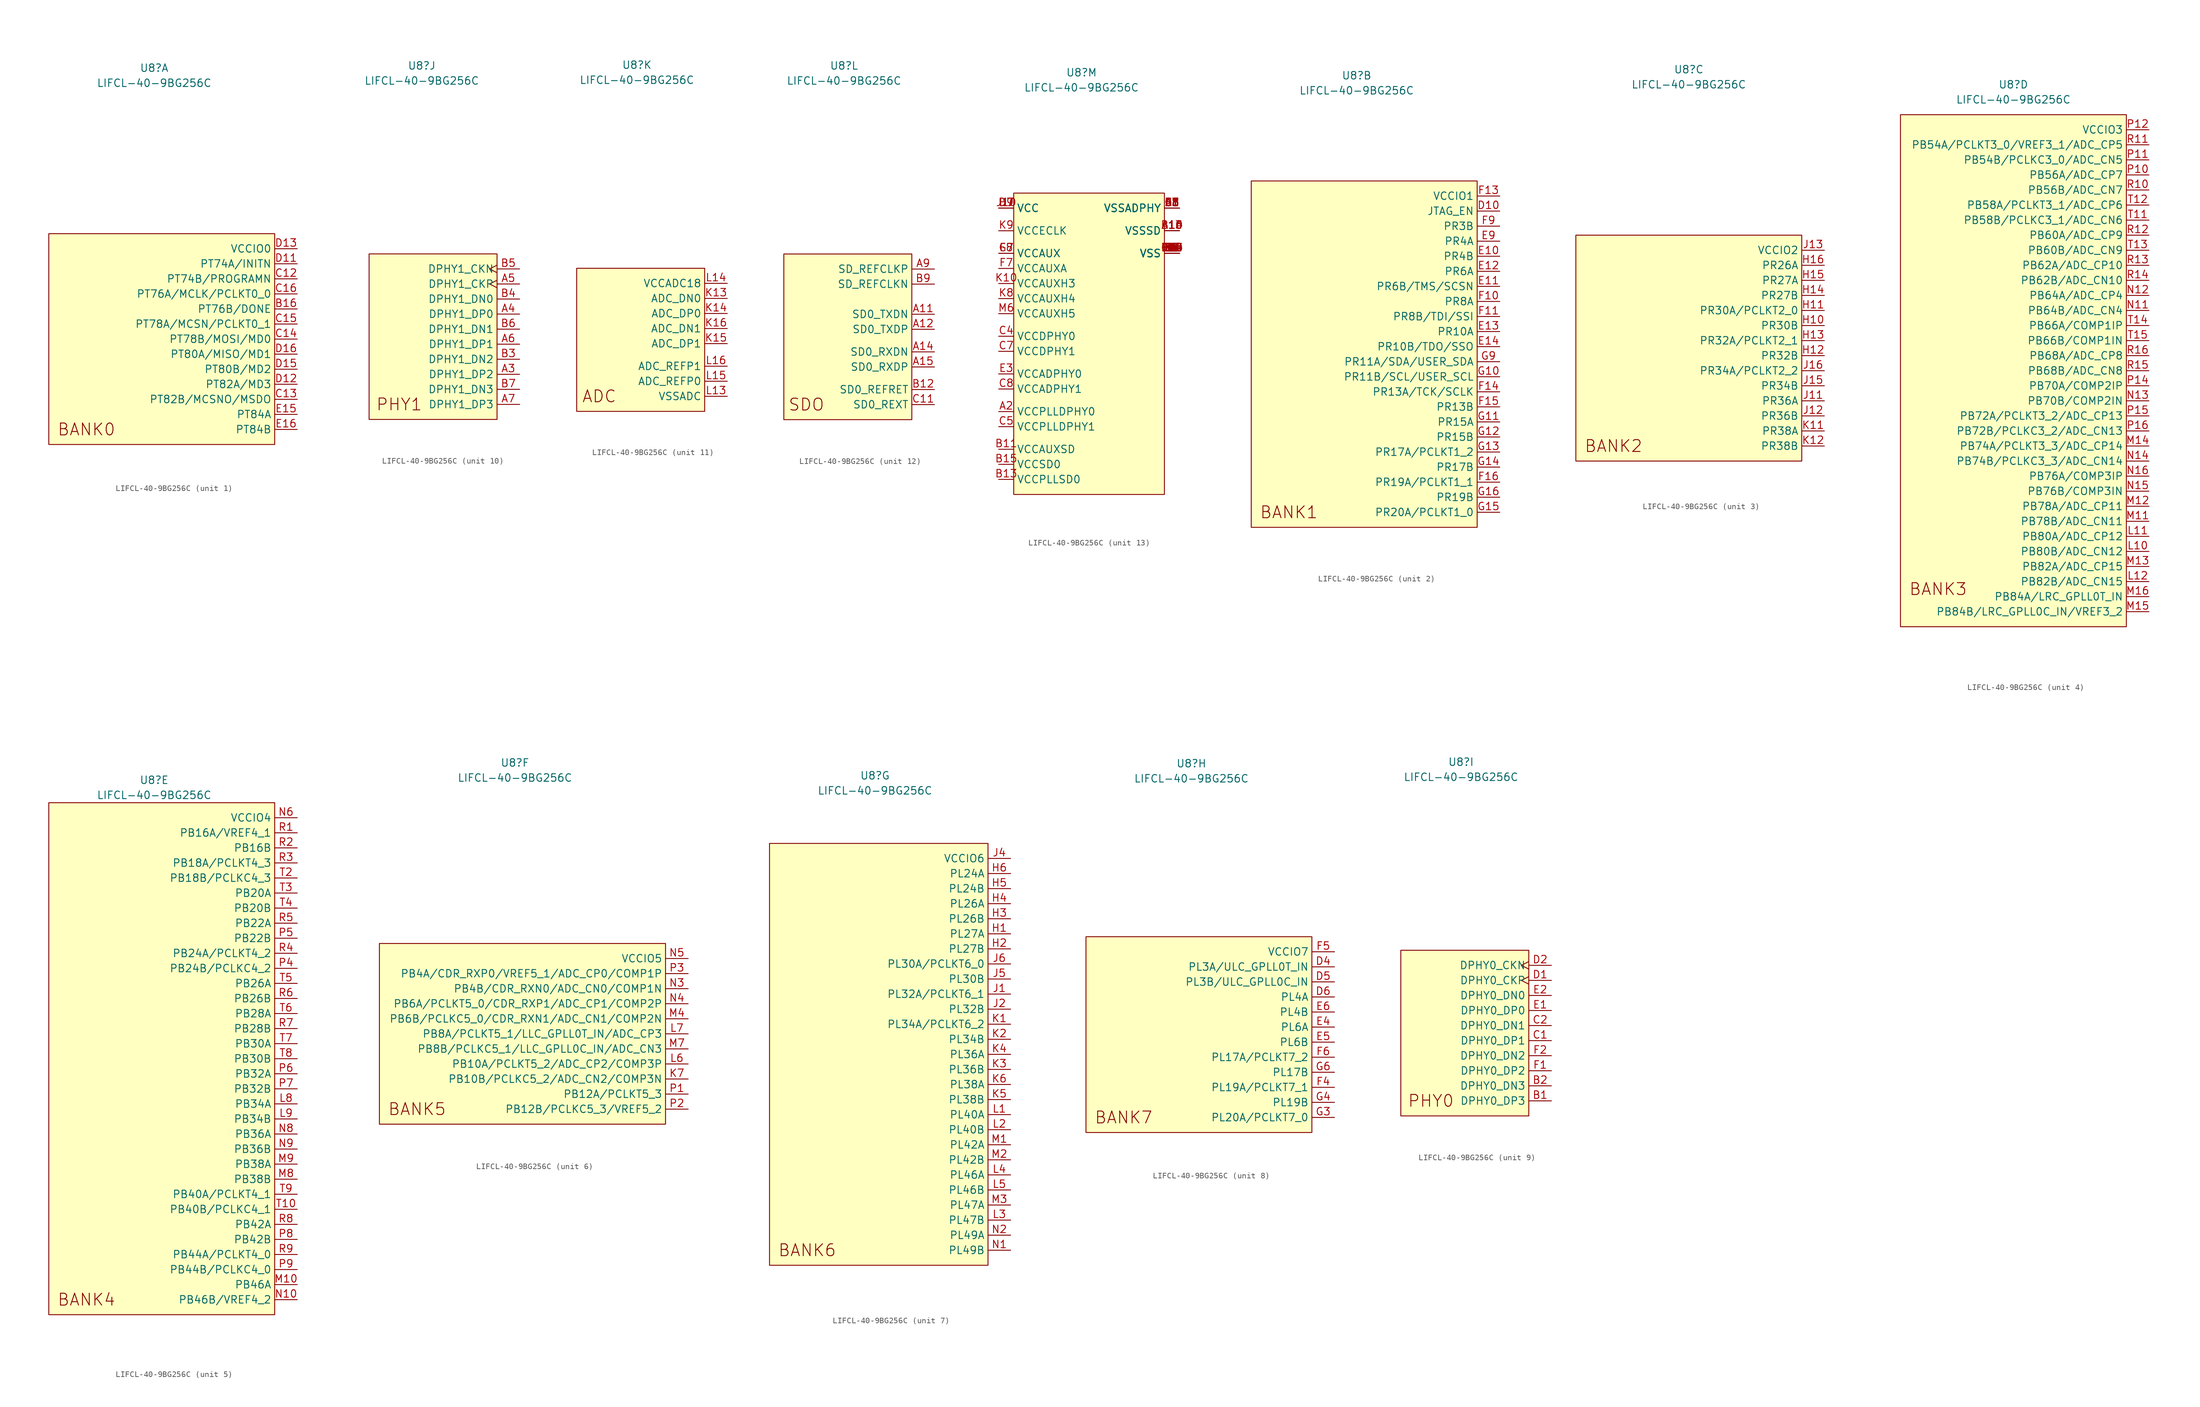
<source format=kicad_sym>
(kicad_symbol_lib
  (version 20211014)
  (generator kicad_symbol_editor)
  (symbol "LIFCL-40-9BG256C"
    (property "Reference" "U8"
      (at -1.27 45.72 0)
      (effects (font (size 1.27 1.27))))
    (property "Value" "LIFCL-40-9BG256C"
      (at -1.27 43.18 0)
      (effects (font (size 1.27 1.27))))
    (property "ki_locked" ""
      (at 0 0 0)
      (effects (font (size 1.27 1.27))))
    (symbol "LIFCL-40-9BG256C_1_0"
      (text "BANK0" (at -12.7 -15.24 0) (effects (font (size 2 2))))
      (pin bidirectional line (at 22.86 5.08 180) (length 3.81) (name "PT76B/DONE\n" (effects (font (size 1.27 1.27)))) (number "B16" (effects (font (size 1.27 1.27)))))
      (pin bidirectional line (at 22.86 10.16 180) (length 3.81) (name "PT74B/PROGRAMN" (effects (font (size 1.27 1.27)))) (number "C12" (effects (font (size 1.27 1.27)))))
      (pin bidirectional line (at 22.86 -10.16 180) (length 3.81) (name "PT82B/MCSNO/MSDO" (effects (font (size 1.27 1.27)))) (number "C13" (effects (font (size 1.27 1.27)))))
      (pin bidirectional line (at 22.86 0 180) (length 3.81) (name "PT78B/MOSI/MD0" (effects (font (size 1.27 1.27)))) (number "C14" (effects (font (size 1.27 1.27)))))
      (pin bidirectional line (at 22.86 2.54 180) (length 3.81) (name "PT78A/MCSN/PCLKT0_1" (effects (font (size 1.27 1.27)))) (number "C15" (effects (font (size 1.27 1.27)))))
      (pin bidirectional line (at 22.86 7.62 180) (length 3.81) (name "PT76A/MCLK/PCLKT0_0" (effects (font (size 1.27 1.27)))) (number "C16" (effects (font (size 1.27 1.27)))))
      (pin bidirectional line (at 22.86 12.7 180) (length 3.81) (name "PT74A/INITN\n" (effects (font (size 1.27 1.27)))) (number "D11" (effects (font (size 1.27 1.27)))))
      (pin bidirectional line (at 22.86 -7.62 180) (length 3.81) (name "PT82A/MD3" (effects (font (size 1.27 1.27)))) (number "D12" (effects (font (size 1.27 1.27)))))
      (pin power_in line (at 22.86 15.24 180) (length 3.81) (name "VCCIO0" (effects (font (size 1.27 1.27)))) (number "D13" (effects (font (size 1.27 1.27)))))
      (pin bidirectional line (at 22.86 -5.08 180) (length 3.81) (name "PT80B/MD2" (effects (font (size 1.27 1.27)))) (number "D15" (effects (font (size 1.27 1.27)))))
      (pin bidirectional line (at 22.86 -2.54 180) (length 3.81) (name "PT80A/MISO/MD1" (effects (font (size 1.27 1.27)))) (number "D16" (effects (font (size 1.27 1.27)))))
      (pin bidirectional line (at 22.86 -12.7 180) (length 3.81) (name "PT84A" (effects (font (size 1.27 1.27)))) (number "E15" (effects (font (size 1.27 1.27)))))
      (pin bidirectional line (at 22.86 -15.24 180) (length 3.81) (name "PT84B" (effects (font (size 1.27 1.27)))) (number "E16" (effects (font (size 1.27 1.27))))))
    (symbol "LIFCL-40-9BG256C_1_1"
      (rectangle (start -19.05 17.78) (end 19.05 -17.78) (stroke (width 0) (type default) (color 0 0 0 0)) (fill (type background))))
    (symbol "LIFCL-40-9BG256C_2_0"
      (text "BANK1" (at -12.7 -27.94 0) (effects (font (size 2 2))))
      (pin input line (at 22.86 22.86 180) (length 3.81) (name "JTAG_EN" (effects (font (size 1.27 1.27)))) (number "D10" (effects (font (size 1.27 1.27)))))
      (pin bidirectional line (at 22.86 15.24 180) (length 3.81) (name "PR4B" (effects (font (size 1.27 1.27)))) (number "E10" (effects (font (size 1.27 1.27)))))
      (pin bidirectional line (at 22.86 10.16 180) (length 3.81) (name "PR6B/TMS/SCSN" (effects (font (size 1.27 1.27)))) (number "E11" (effects (font (size 1.27 1.27)))))
      (pin bidirectional line (at 22.86 12.7 180) (length 3.81) (name "PR6A" (effects (font (size 1.27 1.27)))) (number "E12" (effects (font (size 1.27 1.27)))))
      (pin bidirectional line (at 22.86 2.54 180) (length 3.81) (name "PR10A" (effects (font (size 1.27 1.27)))) (number "E13" (effects (font (size 1.27 1.27)))))
      (pin bidirectional line (at 22.86 0 180) (length 3.81) (name "PR10B/TDO/SSO" (effects (font (size 1.27 1.27)))) (number "E14" (effects (font (size 1.27 1.27)))))
      (pin bidirectional line (at 22.86 17.78 180) (length 3.81) (name "PR4A" (effects (font (size 1.27 1.27)))) (number "E9" (effects (font (size 1.27 1.27)))))
      (pin bidirectional line (at 22.86 7.62 180) (length 3.81) (name "PR8A" (effects (font (size 1.27 1.27)))) (number "F10" (effects (font (size 1.27 1.27)))))
      (pin bidirectional line (at 22.86 5.08 180) (length 3.81) (name "PR8B/TDI/SSI" (effects (font (size 1.27 1.27)))) (number "F11" (effects (font (size 1.27 1.27)))))
      (pin power_in line (at 22.86 25.4 180) (length 3.81) (name "VCCIO1" (effects (font (size 1.27 1.27)))) (number "F13" (effects (font (size 1.27 1.27)))))
      (pin bidirectional line (at 22.86 -7.62 180) (length 3.81) (name "PR13A/TCK/SCLK" (effects (font (size 1.27 1.27)))) (number "F14" (effects (font (size 1.27 1.27)))))
      (pin bidirectional line (at 22.86 -10.16 180) (length 3.81) (name "PR13B" (effects (font (size 1.27 1.27)))) (number "F15" (effects (font (size 1.27 1.27)))))
      (pin bidirectional line (at 22.86 -22.86 180) (length 3.81) (name "PR19A/PCLKT1_1" (effects (font (size 1.27 1.27)))) (number "F16" (effects (font (size 1.27 1.27)))))
      (pin bidirectional line (at 22.86 20.32 180) (length 3.81) (name "PR3B" (effects (font (size 1.27 1.27)))) (number "F9" (effects (font (size 1.27 1.27)))))
      (pin bidirectional line (at 22.86 -5.08 180) (length 3.81) (name "PR11B/SCL/USER_SCL" (effects (font (size 1.27 1.27)))) (number "G10" (effects (font (size 1.27 1.27)))))
      (pin bidirectional line (at 22.86 -12.7 180) (length 3.81) (name "PR15A" (effects (font (size 1.27 1.27)))) (number "G11" (effects (font (size 1.27 1.27)))))
      (pin bidirectional line (at 22.86 -15.24 180) (length 3.81) (name "PR15B" (effects (font (size 1.27 1.27)))) (number "G12" (effects (font (size 1.27 1.27)))))
      (pin bidirectional line (at 22.86 -17.78 180) (length 3.81) (name "PR17A/PCLKT1_2" (effects (font (size 1.27 1.27)))) (number "G13" (effects (font (size 1.27 1.27)))))
      (pin bidirectional line (at 22.86 -20.32 180) (length 3.81) (name "PR17B" (effects (font (size 1.27 1.27)))) (number "G14" (effects (font (size 1.27 1.27)))))
      (pin bidirectional line (at 22.86 -27.94 180) (length 3.81) (name "PR20A/PCLKT1_0\n" (effects (font (size 1.27 1.27)))) (number "G15" (effects (font (size 1.27 1.27)))))
      (pin bidirectional line (at 22.86 -25.4 180) (length 3.81) (name "PR19B" (effects (font (size 1.27 1.27)))) (number "G16" (effects (font (size 1.27 1.27)))))
      (pin bidirectional line (at 22.86 -2.54 180) (length 3.81) (name "PR11A/SDA/USER_SDA" (effects (font (size 1.27 1.27)))) (number "G9" (effects (font (size 1.27 1.27))))))
    (symbol "LIFCL-40-9BG256C_2_1"
      (rectangle (start -19.05 27.94) (end 19.05 -30.48) (stroke (width 0) (type default) (color 0 0 0 0)) (fill (type background))))
    (symbol "LIFCL-40-9BG256C_3_0"
      (text "BANK2" (at -13.97 -17.78 0) (effects (font (size 2 2))))
      (pin bidirectional line (at 21.59 2.54 180) (length 3.81) (name "PR30B" (effects (font (size 1.27 1.27)))) (number "H10" (effects (font (size 1.27 1.27)))))
      (pin bidirectional line (at 21.59 5.08 180) (length 3.81) (name "PR30A/PCLKT2_0" (effects (font (size 1.27 1.27)))) (number "H11" (effects (font (size 1.27 1.27)))))
      (pin bidirectional line (at 21.59 -2.54 180) (length 3.81) (name "PR32B" (effects (font (size 1.27 1.27)))) (number "H12" (effects (font (size 1.27 1.27)))))
      (pin bidirectional line (at 21.59 0 180) (length 3.81) (name "PR32A/PCLKT2_1" (effects (font (size 1.27 1.27)))) (number "H13" (effects (font (size 1.27 1.27)))))
      (pin bidirectional line (at 21.59 7.62 180) (length 3.81) (name "PR27B" (effects (font (size 1.27 1.27)))) (number "H14" (effects (font (size 1.27 1.27)))))
      (pin bidirectional line (at 21.59 10.16 180) (length 3.81) (name "PR27A" (effects (font (size 1.27 1.27)))) (number "H15" (effects (font (size 1.27 1.27)))))
      (pin bidirectional line (at 21.59 12.7 180) (length 3.81) (name "PR26A" (effects (font (size 1.27 1.27)))) (number "H16" (effects (font (size 1.27 1.27)))))
      (pin bidirectional line (at 21.59 -10.16 180) (length 3.81) (name "PR36A" (effects (font (size 1.27 1.27)))) (number "J11" (effects (font (size 1.27 1.27)))))
      (pin bidirectional line (at 21.59 -12.7 180) (length 3.81) (name "PR36B" (effects (font (size 1.27 1.27)))) (number "J12" (effects (font (size 1.27 1.27)))))
      (pin power_in line (at 21.59 15.24 180) (length 3.81) (name "VCCIO2" (effects (font (size 1.27 1.27)))) (number "J13" (effects (font (size 1.27 1.27)))))
      (pin bidirectional line (at 21.59 -7.62 180) (length 3.81) (name "PR34B" (effects (font (size 1.27 1.27)))) (number "J15" (effects (font (size 1.27 1.27)))))
      (pin bidirectional line (at 21.59 -5.08 180) (length 3.81) (name "PR34A/PCLKT2_2" (effects (font (size 1.27 1.27)))) (number "J16" (effects (font (size 1.27 1.27)))))
      (pin bidirectional line (at 21.59 -15.24 180) (length 3.81) (name "PR38A" (effects (font (size 1.27 1.27)))) (number "K11" (effects (font (size 1.27 1.27)))))
      (pin bidirectional line (at 21.59 -17.78 180) (length 3.81) (name "PR38B" (effects (font (size 1.27 1.27)))) (number "K12" (effects (font (size 1.27 1.27))))))
    (symbol "LIFCL-40-9BG256C_3_1"
      (rectangle (start -20.32 17.78) (end 17.78 -20.32) (stroke (width 0) (type default) (color 0 0 0 0)) (fill (type background))))
    (symbol "LIFCL-40-9BG256C_4_0"
      (text "BANK3" (at -13.97 -39.37 0) (effects (font (size 2 2))))
      (pin bidirectional line (at 21.59 -33.02 180) (length 3.81) (name "PB80B/ADC_CN12" (effects (font (size 1.27 1.27)))) (number "L10" (effects (font (size 1.27 1.27)))))
      (pin bidirectional line (at 21.59 -30.48 180) (length 3.81) (name "PB80A/ADC_CP12" (effects (font (size 1.27 1.27)))) (number "L11" (effects (font (size 1.27 1.27)))))
      (pin bidirectional line (at 21.59 -38.1 180) (length 3.81) (name "PB82B/ADC_CN15" (effects (font (size 1.27 1.27)))) (number "L12" (effects (font (size 1.27 1.27)))))
      (pin bidirectional line (at 21.59 -27.94 180) (length 3.81) (name "PB78B/ADC_CN11" (effects (font (size 1.27 1.27)))) (number "M11" (effects (font (size 1.27 1.27)))))
      (pin bidirectional line (at 21.59 -25.4 180) (length 3.81) (name "PB78A/ADC_CP11" (effects (font (size 1.27 1.27)))) (number "M12" (effects (font (size 1.27 1.27)))))
      (pin bidirectional line (at 21.59 -35.56 180) (length 3.81) (name "PB82A/ADC_CP15" (effects (font (size 1.27 1.27)))) (number "M13" (effects (font (size 1.27 1.27)))))
      (pin bidirectional line (at 21.59 -15.24 180) (length 3.81) (name "PB74A/PCLKT3_3/ADC_CP14" (effects (font (size 1.27 1.27)))) (number "M14" (effects (font (size 1.27 1.27)))))
      (pin bidirectional line (at 21.59 -43.18 180) (length 3.81) (name "PB84B/LRC_GPLL0C_IN/VREF3_2" (effects (font (size 1.27 1.27)))) (number "M15" (effects (font (size 1.27 1.27)))))
      (pin bidirectional line (at 21.59 -40.64 180) (length 3.81) (name "PB84A/LRC_GPLL0T_IN" (effects (font (size 1.27 1.27)))) (number "M16" (effects (font (size 1.27 1.27)))))
      (pin bidirectional line (at 21.59 7.62 180) (length 3.81) (name "PB64B/ADC_CN4" (effects (font (size 1.27 1.27)))) (number "N11" (effects (font (size 1.27 1.27)))))
      (pin bidirectional line (at 21.59 10.16 180) (length 3.81) (name "PB64A/ADC_CP4" (effects (font (size 1.27 1.27)))) (number "N12" (effects (font (size 1.27 1.27)))))
      (pin bidirectional line (at 21.59 -7.62 180) (length 3.81) (name "PB70B/COMP2IN\n" (effects (font (size 1.27 1.27)))) (number "N13" (effects (font (size 1.27 1.27)))))
      (pin bidirectional line (at 21.59 -17.78 180) (length 3.81) (name "PB74B/PCLKC3_3/ADC_CN14" (effects (font (size 1.27 1.27)))) (number "N14" (effects (font (size 1.27 1.27)))))
      (pin bidirectional line (at 21.59 -22.86 180) (length 3.81) (name "PB76B/COMP3IN" (effects (font (size 1.27 1.27)))) (number "N15" (effects (font (size 1.27 1.27)))))
      (pin bidirectional line (at 21.59 -20.32 180) (length 3.81) (name "PB76A/COMP3IP" (effects (font (size 1.27 1.27)))) (number "N16" (effects (font (size 1.27 1.27)))))
      (pin bidirectional line (at 21.59 30.48 180) (length 3.81) (name "PB56A/ADC_CP7\n" (effects (font (size 1.27 1.27)))) (number "P10" (effects (font (size 1.27 1.27)))))
      (pin bidirectional line (at 21.59 33.02 180) (length 3.81) (name "PB54B/PCLKC3_0/ADC_CN5\n" (effects (font (size 1.27 1.27)))) (number "P11" (effects (font (size 1.27 1.27)))))
      (pin bidirectional line (at 21.59 38.1 180) (length 3.81) (name "VCCIO3" (effects (font (size 1.27 1.27)))) (number "P12" (effects (font (size 1.27 1.27)))))
      (pin bidirectional line (at 21.59 -5.08 180) (length 3.81) (name "PB70A/COMP2IP" (effects (font (size 1.27 1.27)))) (number "P14" (effects (font (size 1.27 1.27)))))
      (pin bidirectional line (at 21.59 -10.16 180) (length 3.81) (name "PB72A/PCLKT3_2/ADC_CP13" (effects (font (size 1.27 1.27)))) (number "P15" (effects (font (size 1.27 1.27)))))
      (pin bidirectional line (at 21.59 -12.7 180) (length 3.81) (name "PB72B/PCLKC3_2/ADC_CN13" (effects (font (size 1.27 1.27)))) (number "P16" (effects (font (size 1.27 1.27)))))
      (pin bidirectional line (at 21.59 27.94 180) (length 3.81) (name "PB56B/ADC_CN7\n" (effects (font (size 1.27 1.27)))) (number "R10" (effects (font (size 1.27 1.27)))))
      (pin bidirectional line (at 21.59 35.56 180) (length 3.81) (name "PB54A/PCLKT3_0/VREF3_1/ADC_CP5" (effects (font (size 1.27 1.27)))) (number "R11" (effects (font (size 1.27 1.27)))))
      (pin bidirectional line (at 21.59 20.32 180) (length 3.81) (name "PB60A/ADC_CP9" (effects (font (size 1.27 1.27)))) (number "R12" (effects (font (size 1.27 1.27)))))
      (pin bidirectional line (at 21.59 15.24 180) (length 3.81) (name "PB62A/ADC_CP10" (effects (font (size 1.27 1.27)))) (number "R13" (effects (font (size 1.27 1.27)))))
      (pin bidirectional line (at 21.59 12.7 180) (length 3.81) (name "PB62B/ADC_CN10" (effects (font (size 1.27 1.27)))) (number "R14" (effects (font (size 1.27 1.27)))))
      (pin bidirectional line (at 21.59 -2.54 180) (length 3.81) (name "PB68B/ADC_CN8" (effects (font (size 1.27 1.27)))) (number "R15" (effects (font (size 1.27 1.27)))))
      (pin bidirectional line (at 21.59 0 180) (length 3.81) (name "PB68A/ADC_CP8" (effects (font (size 1.27 1.27)))) (number "R16" (effects (font (size 1.27 1.27)))))
      (pin bidirectional line (at 21.59 22.86 180) (length 3.81) (name "PB58B/PCLKC3_1/ADC_CN6\n" (effects (font (size 1.27 1.27)))) (number "T11" (effects (font (size 1.27 1.27)))))
      (pin bidirectional line (at 21.59 25.4 180) (length 3.81) (name "PB58A/PCLKT3_1/ADC_CP6\n" (effects (font (size 1.27 1.27)))) (number "T12" (effects (font (size 1.27 1.27)))))
      (pin bidirectional line (at 21.59 17.78 180) (length 3.81) (name "PB60B/ADC_CN9" (effects (font (size 1.27 1.27)))) (number "T13" (effects (font (size 1.27 1.27)))))
      (pin bidirectional line (at 21.59 5.08 180) (length 3.81) (name "PB66A/COMP1IP" (effects (font (size 1.27 1.27)))) (number "T14" (effects (font (size 1.27 1.27)))))
      (pin bidirectional line (at 21.59 2.54 180) (length 3.81) (name "PB66B/COMP1IN" (effects (font (size 1.27 1.27)))) (number "T15" (effects (font (size 1.27 1.27))))))
    (symbol "LIFCL-40-9BG256C_4_1"
      (rectangle (start -20.32 40.64) (end 17.78 -45.72) (stroke (width 0) (type default) (color 0 0 0 0)) (fill (type background))))
    (symbol "LIFCL-40-9BG256C_5_0"
      (text "BANK4" (at -12.7 -41.91 0) (effects (font (size 2 2))))
      (pin bidirectional line (at 22.86 -8.89 180) (length 3.81) (name "PB34A" (effects (font (size 1.27 1.27)))) (number "L8" (effects (font (size 1.27 1.27)))))
      (pin bidirectional line (at 22.86 -11.43 180) (length 3.81) (name "PB34B" (effects (font (size 1.27 1.27)))) (number "L9" (effects (font (size 1.27 1.27)))))
      (pin bidirectional line (at 22.86 -39.37 180) (length 3.81) (name "PB46A" (effects (font (size 1.27 1.27)))) (number "M10" (effects (font (size 1.27 1.27)))))
      (pin bidirectional line (at 22.86 -21.59 180) (length 3.81) (name "PB38B" (effects (font (size 1.27 1.27)))) (number "M8" (effects (font (size 1.27 1.27)))))
      (pin bidirectional line (at 22.86 -19.05 180) (length 3.81) (name "PB38A" (effects (font (size 1.27 1.27)))) (number "M9" (effects (font (size 1.27 1.27)))))
      (pin bidirectional line (at 22.86 -41.91 180) (length 3.81) (name "PB46B/VREF4_2" (effects (font (size 1.27 1.27)))) (number "N10" (effects (font (size 1.27 1.27)))))
      (pin power_in line (at 22.86 39.37 180) (length 3.81) (name "VCCIO4" (effects (font (size 1.27 1.27)))) (number "N6" (effects (font (size 1.27 1.27)))))
      (pin bidirectional line (at 22.86 -13.97 180) (length 3.81) (name "PB36A" (effects (font (size 1.27 1.27)))) (number "N8" (effects (font (size 1.27 1.27)))))
      (pin bidirectional line (at 22.86 -16.51 180) (length 3.81) (name "PB36B" (effects (font (size 1.27 1.27)))) (number "N9" (effects (font (size 1.27 1.27)))))
      (pin bidirectional line (at 22.86 13.97 180) (length 3.81) (name "PB24B/PCLKC4_2\n" (effects (font (size 1.27 1.27)))) (number "P4" (effects (font (size 1.27 1.27)))))
      (pin bidirectional line (at 22.86 19.05 180) (length 3.81) (name "PB22B" (effects (font (size 1.27 1.27)))) (number "P5" (effects (font (size 1.27 1.27)))))
      (pin bidirectional line (at 22.86 -3.81 180) (length 3.81) (name "PB32A" (effects (font (size 1.27 1.27)))) (number "P6" (effects (font (size 1.27 1.27)))))
      (pin bidirectional line (at 22.86 -6.35 180) (length 3.81) (name "PB32B" (effects (font (size 1.27 1.27)))) (number "P7" (effects (font (size 1.27 1.27)))))
      (pin bidirectional line (at 22.86 -31.75 180) (length 3.81) (name "PB42B" (effects (font (size 1.27 1.27)))) (number "P8" (effects (font (size 1.27 1.27)))))
      (pin bidirectional line (at 22.86 -36.83 180) (length 3.81) (name "PB44B/PCLKC4_0" (effects (font (size 1.27 1.27)))) (number "P9" (effects (font (size 1.27 1.27)))))
      (pin bidirectional line (at 22.86 36.83 180) (length 3.81) (name "PB16A/VREF4_1" (effects (font (size 1.27 1.27)))) (number "R1" (effects (font (size 1.27 1.27)))))
      (pin bidirectional line (at 22.86 34.29 180) (length 3.81) (name "PB16B" (effects (font (size 1.27 1.27)))) (number "R2" (effects (font (size 1.27 1.27)))))
      (pin bidirectional line (at 22.86 31.75 180) (length 3.81) (name "PB18A/PCLKT4_3\n" (effects (font (size 1.27 1.27)))) (number "R3" (effects (font (size 1.27 1.27)))))
      (pin bidirectional line (at 22.86 16.51 180) (length 3.81) (name "PB24A/PCLKT4_2" (effects (font (size 1.27 1.27)))) (number "R4" (effects (font (size 1.27 1.27)))))
      (pin bidirectional line (at 22.86 21.59 180) (length 3.81) (name "PB22A" (effects (font (size 1.27 1.27)))) (number "R5" (effects (font (size 1.27 1.27)))))
      (pin bidirectional line (at 22.86 8.89 180) (length 3.81) (name "PB26B" (effects (font (size 1.27 1.27)))) (number "R6" (effects (font (size 1.27 1.27)))))
      (pin bidirectional line (at 22.86 3.81 180) (length 3.81) (name "PB28B" (effects (font (size 1.27 1.27)))) (number "R7" (effects (font (size 1.27 1.27)))))
      (pin bidirectional line (at 22.86 -29.21 180) (length 3.81) (name "PB42A" (effects (font (size 1.27 1.27)))) (number "R8" (effects (font (size 1.27 1.27)))))
      (pin bidirectional line (at 22.86 -34.29 180) (length 3.81) (name "PB44A/PCLKT4_0" (effects (font (size 1.27 1.27)))) (number "R9" (effects (font (size 1.27 1.27)))))
      (pin bidirectional line (at 22.86 -26.67 180) (length 3.81) (name "PB40B/PCLKC4_1" (effects (font (size 1.27 1.27)))) (number "T10" (effects (font (size 1.27 1.27)))))
      (pin bidirectional line (at 22.86 29.21 180) (length 3.81) (name "PB18B/PCLKC4_3\n" (effects (font (size 1.27 1.27)))) (number "T2" (effects (font (size 1.27 1.27)))))
      (pin bidirectional line (at 22.86 26.67 180) (length 3.81) (name "PB20A" (effects (font (size 1.27 1.27)))) (number "T3" (effects (font (size 1.27 1.27)))))
      (pin bidirectional line (at 22.86 24.13 180) (length 3.81) (name "PB20B" (effects (font (size 1.27 1.27)))) (number "T4" (effects (font (size 1.27 1.27)))))
      (pin bidirectional line (at 22.86 11.43 180) (length 3.81) (name "PB26A" (effects (font (size 1.27 1.27)))) (number "T5" (effects (font (size 1.27 1.27)))))
      (pin bidirectional line (at 22.86 6.35 180) (length 3.81) (name "PB28A" (effects (font (size 1.27 1.27)))) (number "T6" (effects (font (size 1.27 1.27)))))
      (pin bidirectional line (at 22.86 1.27 180) (length 3.81) (name "PB30A" (effects (font (size 1.27 1.27)))) (number "T7" (effects (font (size 1.27 1.27)))))
      (pin bidirectional line (at 22.86 -1.27 180) (length 3.81) (name "PB30B" (effects (font (size 1.27 1.27)))) (number "T8" (effects (font (size 1.27 1.27)))))
      (pin bidirectional line (at 22.86 -24.13 180) (length 3.81) (name "PB40A/PCLKT4_1" (effects (font (size 1.27 1.27)))) (number "T9" (effects (font (size 1.27 1.27))))))
    (symbol "LIFCL-40-9BG256C_5_1"
      (rectangle (start -19.05 41.91) (end 19.05 -44.45) (stroke (width 0) (type default) (color 0 0 0 0)) (fill (type background))))
    (symbol "LIFCL-40-9BG256C_6_0"
      (text "BANK5" (at -17.78 -12.7 0) (effects (font (size 2 2))))
      (pin bidirectional line (at 27.94 -7.62 180) (length 3.81) (name "PB10B/PCLKC5_2/ADC_CN2/COMP3N" (effects (font (size 1.27 1.27)))) (number "K7" (effects (font (size 1.27 1.27)))))
      (pin bidirectional line (at 27.94 -5.08 180) (length 3.81) (name "PB10A/PCLKT5_2/ADC_CP2/COMP3P" (effects (font (size 1.27 1.27)))) (number "L6" (effects (font (size 1.27 1.27)))))
      (pin bidirectional line (at 27.94 0 180) (length 3.81) (name "PB8A/PCLKT5_1/LLC_GPLL0T_IN/ADC_CP3" (effects (font (size 1.27 1.27)))) (number "L7" (effects (font (size 1.27 1.27)))))
      (pin bidirectional line (at 27.94 2.54 180) (length 3.81) (name "PB6B/PCLKC5_0/CDR_RXN1/ADC_CN1/COMP2N" (effects (font (size 1.27 1.27)))) (number "M4" (effects (font (size 1.27 1.27)))))
      (pin bidirectional line (at 27.94 -2.54 180) (length 3.81) (name "PB8B/PCLKC5_1/LLC_GPLL0C_IN/ADC_CN3" (effects (font (size 1.27 1.27)))) (number "M7" (effects (font (size 1.27 1.27)))))
      (pin bidirectional line (at 27.94 7.62 180) (length 3.81) (name "PB4B/CDR_RXN0/ADC_CN0/COMP1N" (effects (font (size 1.27 1.27)))) (number "N3" (effects (font (size 1.27 1.27)))))
      (pin bidirectional line (at 27.94 5.08 180) (length 3.81) (name "PB6A/PCLKT5_0/CDR_RXP1/ADC_CP1/COMP2P" (effects (font (size 1.27 1.27)))) (number "N4" (effects (font (size 1.27 1.27)))))
      (pin power_in line (at 27.94 12.7 180) (length 3.81) (name "VCCIO5" (effects (font (size 1.27 1.27)))) (number "N5" (effects (font (size 1.27 1.27)))))
      (pin bidirectional line (at 27.94 -10.16 180) (length 3.81) (name "PB12A/PCLKT5_3" (effects (font (size 1.27 1.27)))) (number "P1" (effects (font (size 1.27 1.27)))))
      (pin bidirectional line (at 27.94 -12.7 180) (length 3.81) (name "PB12B/PCLKC5_3/VREF5_2" (effects (font (size 1.27 1.27)))) (number "P2" (effects (font (size 1.27 1.27)))))
      (pin bidirectional line (at 27.94 10.16 180) (length 3.81) (name "PB4A/CDR_RXP0/VREF5_1/ADC_CP0/COMP1P\n" (effects (font (size 1.27 1.27)))) (number "P3" (effects (font (size 1.27 1.27))))))
    (symbol "LIFCL-40-9BG256C_6_1"
      (rectangle (start -24.13 15.24) (end 24.13 -15.24) (stroke (width 0) (type default) (color 0 0 0 0)) (fill (type background))))
    (symbol "LIFCL-40-9BG256C_7_0"
      (text "BANK6" (at -12.7 -34.29 0) (effects (font (size 2 2))))
      (pin bidirectional line (at 21.59 19.05 180) (length 3.81) (name "PL27A" (effects (font (size 1.27 1.27)))) (number "H1" (effects (font (size 1.27 1.27)))))
      (pin bidirectional line (at 21.59 16.51 180) (length 3.81) (name "PL27B" (effects (font (size 1.27 1.27)))) (number "H2" (effects (font (size 1.27 1.27)))))
      (pin bidirectional line (at 21.59 21.59 180) (length 3.81) (name "PL26B" (effects (font (size 1.27 1.27)))) (number "H3" (effects (font (size 1.27 1.27)))))
      (pin bidirectional line (at 21.59 24.13 180) (length 3.81) (name "PL26A" (effects (font (size 1.27 1.27)))) (number "H4" (effects (font (size 1.27 1.27)))))
      (pin bidirectional line (at 21.59 26.67 180) (length 3.81) (name "PL24B" (effects (font (size 1.27 1.27)))) (number "H5" (effects (font (size 1.27 1.27)))))
      (pin bidirectional line (at 21.59 29.21 180) (length 3.81) (name "PL24A" (effects (font (size 1.27 1.27)))) (number "H6" (effects (font (size 1.27 1.27)))))
      (pin bidirectional line (at 21.59 8.89 180) (length 3.81) (name "PL32A/PCLKT6_1" (effects (font (size 1.27 1.27)))) (number "J1" (effects (font (size 1.27 1.27)))))
      (pin bidirectional line (at 21.59 6.35 180) (length 3.81) (name "PL32B" (effects (font (size 1.27 1.27)))) (number "J2" (effects (font (size 1.27 1.27)))))
      (pin power_in line (at 21.59 31.75 180) (length 3.81) (name "VCCIO6" (effects (font (size 1.27 1.27)))) (number "J4" (effects (font (size 1.27 1.27)))))
      (pin bidirectional line (at 21.59 11.43 180) (length 3.81) (name "PL30B" (effects (font (size 1.27 1.27)))) (number "J5" (effects (font (size 1.27 1.27)))))
      (pin bidirectional line (at 21.59 13.97 180) (length 3.81) (name "PL30A/PCLKT6_0" (effects (font (size 1.27 1.27)))) (number "J6" (effects (font (size 1.27 1.27)))))
      (pin bidirectional line (at 21.59 3.81 180) (length 3.81) (name "PL34A/PCLKT6_2" (effects (font (size 1.27 1.27)))) (number "K1" (effects (font (size 1.27 1.27)))))
      (pin bidirectional line (at 21.59 1.27 180) (length 3.81) (name "PL34B" (effects (font (size 1.27 1.27)))) (number "K2" (effects (font (size 1.27 1.27)))))
      (pin bidirectional line (at 21.59 -3.81 180) (length 3.81) (name "PL36B" (effects (font (size 1.27 1.27)))) (number "K3" (effects (font (size 1.27 1.27)))))
      (pin bidirectional line (at 21.59 -1.27 180) (length 3.81) (name "PL36A" (effects (font (size 1.27 1.27)))) (number "K4" (effects (font (size 1.27 1.27)))))
      (pin bidirectional line (at 21.59 -8.89 180) (length 3.81) (name "PL38B" (effects (font (size 1.27 1.27)))) (number "K5" (effects (font (size 1.27 1.27)))))
      (pin bidirectional line (at 21.59 -6.35 180) (length 3.81) (name "PL38A" (effects (font (size 1.27 1.27)))) (number "K6" (effects (font (size 1.27 1.27)))))
      (pin bidirectional line (at 21.59 -11.43 180) (length 3.81) (name "PL40A" (effects (font (size 1.27 1.27)))) (number "L1" (effects (font (size 1.27 1.27)))))
      (pin bidirectional line (at 21.59 -13.97 180) (length 3.81) (name "PL40B" (effects (font (size 1.27 1.27)))) (number "L2" (effects (font (size 1.27 1.27)))))
      (pin bidirectional line (at 21.59 -29.21 180) (length 3.81) (name "PL47B" (effects (font (size 1.27 1.27)))) (number "L3" (effects (font (size 1.27 1.27)))))
      (pin bidirectional line (at 21.59 -21.59 180) (length 3.81) (name "PL46A" (effects (font (size 1.27 1.27)))) (number "L4" (effects (font (size 1.27 1.27)))))
      (pin bidirectional line (at 21.59 -24.13 180) (length 3.81) (name "PL46B" (effects (font (size 1.27 1.27)))) (number "L5" (effects (font (size 1.27 1.27)))))
      (pin bidirectional line (at 21.59 -16.51 180) (length 3.81) (name "PL42A" (effects (font (size 1.27 1.27)))) (number "M1" (effects (font (size 1.27 1.27)))))
      (pin bidirectional line (at 21.59 -19.05 180) (length 3.81) (name "PL42B" (effects (font (size 1.27 1.27)))) (number "M2" (effects (font (size 1.27 1.27)))))
      (pin bidirectional line (at 21.59 -26.67 180) (length 3.81) (name "PL47A" (effects (font (size 1.27 1.27)))) (number "M3" (effects (font (size 1.27 1.27)))))
      (pin bidirectional line (at 21.59 -34.29 180) (length 3.81) (name "PL49B" (effects (font (size 1.27 1.27)))) (number "N1" (effects (font (size 1.27 1.27)))))
      (pin bidirectional line (at 21.59 -31.75 180) (length 3.81) (name "PL49A" (effects (font (size 1.27 1.27)))) (number "N2" (effects (font (size 1.27 1.27))))))
    (symbol "LIFCL-40-9BG256C_7_1"
      (rectangle (start -19.05 34.29) (end 17.78 -36.83) (stroke (width 0) (type default) (color 0 0 0 0)) (fill (type background))))
    (symbol "LIFCL-40-9BG256C_8_0"
      (text "BANK7" (at -12.7 -13.97 0) (effects (font (size 2 2))))
      (pin bidirectional line (at 22.86 11.43 180) (length 3.81) (name "PL3A/ULC_GPLL0T_IN" (effects (font (size 1.27 1.27)))) (number "D4" (effects (font (size 1.27 1.27)))))
      (pin bidirectional line (at 22.86 8.89 180) (length 3.81) (name "PL3B/ULC_GPLL0C_IN" (effects (font (size 1.27 1.27)))) (number "D5" (effects (font (size 1.27 1.27)))))
      (pin bidirectional line (at 22.86 6.35 180) (length 3.81) (name "PL4A" (effects (font (size 1.27 1.27)))) (number "D6" (effects (font (size 1.27 1.27)))))
      (pin bidirectional line (at 22.86 1.27 180) (length 3.81) (name "PL6A" (effects (font (size 1.27 1.27)))) (number "E4" (effects (font (size 1.27 1.27)))))
      (pin bidirectional line (at 22.86 -1.27 180) (length 3.81) (name "PL6B" (effects (font (size 1.27 1.27)))) (number "E5" (effects (font (size 1.27 1.27)))))
      (pin bidirectional line (at 22.86 3.81 180) (length 3.81) (name "PL4B" (effects (font (size 1.27 1.27)))) (number "E6" (effects (font (size 1.27 1.27)))))
      (pin bidirectional line (at 22.86 -8.89 180) (length 3.81) (name "PL19A/PCLKT7_1" (effects (font (size 1.27 1.27)))) (number "F4" (effects (font (size 1.27 1.27)))))
      (pin power_in line (at 22.86 13.97 180) (length 3.81) (name "VCCIO7" (effects (font (size 1.27 1.27)))) (number "F5" (effects (font (size 1.27 1.27)))))
      (pin bidirectional line (at 22.86 -3.81 180) (length 3.81) (name "PL17A/PCLKT7_2" (effects (font (size 1.27 1.27)))) (number "F6" (effects (font (size 1.27 1.27)))))
      (pin bidirectional line (at 22.86 -13.97 180) (length 3.81) (name "PL20A/PCLKT7_0" (effects (font (size 1.27 1.27)))) (number "G3" (effects (font (size 1.27 1.27)))))
      (pin bidirectional line (at 22.86 -11.43 180) (length 3.81) (name "PL19B" (effects (font (size 1.27 1.27)))) (number "G4" (effects (font (size 1.27 1.27)))))
      (pin bidirectional line (at 22.86 -6.35 180) (length 3.81) (name "PL17B" (effects (font (size 1.27 1.27)))) (number "G6" (effects (font (size 1.27 1.27))))))
    (symbol "LIFCL-40-9BG256C_8_1"
      (rectangle (start -19.05 16.51) (end 19.05 -16.51) (stroke (width 0) (type default) (color 0 0 0 0)) (fill (type background))))
    (symbol "LIFCL-40-9BG256C_9_0"
      (text "PHY0" (at -6.35 -11.43 0) (effects (font (size 2 2))))
      (pin bidirectional line (at 13.97 -11.43 180) (length 3.81) (name "DPHY0_DP3" (effects (font (size 1.27 1.27)))) (number "B1" (effects (font (size 1.27 1.27)))))
      (pin bidirectional line (at 13.97 -8.89 180) (length 3.81) (name "DPHY0_DN3" (effects (font (size 1.27 1.27)))) (number "B2" (effects (font (size 1.27 1.27)))))
      (pin bidirectional line (at 13.97 -1.27 180) (length 3.81) (name "DPHY0_DP1" (effects (font (size 1.27 1.27)))) (number "C1" (effects (font (size 1.27 1.27)))))
      (pin bidirectional line (at 13.97 1.27 180) (length 3.81) (name "DPHY0_DN1" (effects (font (size 1.27 1.27)))) (number "C2" (effects (font (size 1.27 1.27)))))
      (pin bidirectional clock (at 13.97 8.89 180) (length 3.81) (name "DPHY0_CKP" (effects (font (size 1.27 1.27)))) (number "D1" (effects (font (size 1.27 1.27)))))
      (pin bidirectional clock (at 13.97 11.43 180) (length 3.81) (name "DPHY0_CKN" (effects (font (size 1.27 1.27)))) (number "D2" (effects (font (size 1.27 1.27)))))
      (pin bidirectional line (at 13.97 3.81 180) (length 3.81) (name "DPHY0_DP0" (effects (font (size 1.27 1.27)))) (number "E1" (effects (font (size 1.27 1.27)))))
      (pin bidirectional line (at 13.97 6.35 180) (length 3.81) (name "DPHY0_DN0" (effects (font (size 1.27 1.27)))) (number "E2" (effects (font (size 1.27 1.27)))))
      (pin bidirectional line (at 13.97 -6.35 180) (length 3.81) (name "DPHY0_DP2" (effects (font (size 1.27 1.27)))) (number "F1" (effects (font (size 1.27 1.27)))))
      (pin bidirectional line (at 13.97 -3.81 180) (length 3.81) (name "DPHY0_DN2" (effects (font (size 1.27 1.27)))) (number "F2" (effects (font (size 1.27 1.27))))))
    (symbol "LIFCL-40-9BG256C_9_1"
      (rectangle (start -11.43 13.97) (end 10.16 -13.97) (stroke (width 0) (type default) (color 0 0 0 0)) (fill (type background))))
    (symbol "LIFCL-40-9BG256C_10_0"
      (text "PHY1" (at -5.08 -11.43 0) (effects (font (size 2 2))))
      (pin bidirectional line (at 15.24 -6.35 180) (length 3.81) (name "DPHY1_DP2" (effects (font (size 1.27 1.27)))) (number "A3" (effects (font (size 1.27 1.27)))))
      (pin bidirectional line (at 15.24 3.81 180) (length 3.81) (name "DPHY1_DP0" (effects (font (size 1.27 1.27)))) (number "A4" (effects (font (size 1.27 1.27)))))
      (pin bidirectional clock (at 15.24 8.89 180) (length 3.81) (name "DPHY1_CKP" (effects (font (size 1.27 1.27)))) (number "A5" (effects (font (size 1.27 1.27)))))
      (pin bidirectional line (at 15.24 -1.27 180) (length 3.81) (name "DPHY1_DP1" (effects (font (size 1.27 1.27)))) (number "A6" (effects (font (size 1.27 1.27)))))
      (pin bidirectional line (at 15.24 -11.43 180) (length 3.81) (name "DPHY1_DP3" (effects (font (size 1.27 1.27)))) (number "A7" (effects (font (size 1.27 1.27)))))
      (pin bidirectional line (at 15.24 -3.81 180) (length 3.81) (name "DPHY1_DN2" (effects (font (size 1.27 1.27)))) (number "B3" (effects (font (size 1.27 1.27)))))
      (pin bidirectional line (at 15.24 6.35 180) (length 3.81) (name "DPHY1_DN0" (effects (font (size 1.27 1.27)))) (number "B4" (effects (font (size 1.27 1.27)))))
      (pin bidirectional clock (at 15.24 11.43 180) (length 3.81) (name "DPHY1_CKN" (effects (font (size 1.27 1.27)))) (number "B5" (effects (font (size 1.27 1.27)))))
      (pin bidirectional line (at 15.24 1.27 180) (length 3.81) (name "DPHY1_DN1" (effects (font (size 1.27 1.27)))) (number "B6" (effects (font (size 1.27 1.27)))))
      (pin bidirectional line (at 15.24 -8.89 180) (length 3.81) (name "DPHY1_DN3" (effects (font (size 1.27 1.27)))) (number "B7" (effects (font (size 1.27 1.27))))))
    (symbol "LIFCL-40-9BG256C_10_1"
      (rectangle (start -10.16 13.97) (end 11.43 -13.97) (stroke (width 0) (type default) (color 0 0 0 0)) (fill (type background))))
    (symbol "LIFCL-40-9BG256C_11_0"
      (text "ADC" (at -7.62 -10.16 0) (effects (font (size 2 2))))
      (pin passive line (at 13.97 6.35 180) (length 3.81) (name "ADC_DN0" (effects (font (size 1.27 1.27)))) (number "K13" (effects (font (size 1.27 1.27)))))
      (pin passive line (at 13.97 3.81 180) (length 3.81) (name "ADC_DP0" (effects (font (size 1.27 1.27)))) (number "K14" (effects (font (size 1.27 1.27)))))
      (pin passive line (at 13.97 -1.27 180) (length 3.81) (name "ADC_DP1" (effects (font (size 1.27 1.27)))) (number "K15" (effects (font (size 1.27 1.27)))))
      (pin passive line (at 13.97 1.27 180) (length 3.81) (name "ADC_DN1" (effects (font (size 1.27 1.27)))) (number "K16" (effects (font (size 1.27 1.27)))))
      (pin power_in line (at 13.97 -10.16 180) (length 3.81) (name "VSSADC" (effects (font (size 1.27 1.27)))) (number "L13" (effects (font (size 1.27 1.27)))))
      (pin power_in line (at 13.97 8.89 180) (length 3.81) (name "VCCADC18" (effects (font (size 1.27 1.27)))) (number "L14" (effects (font (size 1.27 1.27)))))
      (pin passive line (at 13.97 -7.62 180) (length 3.81) (name "ADC_REFP0" (effects (font (size 1.27 1.27)))) (number "L15" (effects (font (size 1.27 1.27)))))
      (pin passive line (at 13.97 -5.08 180) (length 3.81) (name "ADC_REFP1" (effects (font (size 1.27 1.27)))) (number "L16" (effects (font (size 1.27 1.27))))))
    (symbol "LIFCL-40-9BG256C_11_1"
      (rectangle (start -11.43 11.43) (end 10.16 -12.7) (stroke (width 0) (type default) (color 0 0 0 0)) (fill (type background))))
    (symbol "LIFCL-40-9BG256C_12_0"
      (text "SDO" (at -7.62 -11.43 0) (effects (font (size 2 2))))
      (pin output line (at 13.97 3.81 180) (length 3.81) (name "SD0_TXDN" (effects (font (size 1.27 1.27)))) (number "A11" (effects (font (size 1.27 1.27)))))
      (pin output line (at 13.97 1.27 180) (length 3.81) (name "SD0_TXDP" (effects (font (size 1.27 1.27)))) (number "A12" (effects (font (size 1.27 1.27)))))
      (pin input line (at 13.97 -2.54 180) (length 3.81) (name "SD0_RXDN" (effects (font (size 1.27 1.27)))) (number "A14" (effects (font (size 1.27 1.27)))))
      (pin input line (at 13.97 -5.08 180) (length 3.81) (name "SD0_RXDP" (effects (font (size 1.27 1.27)))) (number "A15" (effects (font (size 1.27 1.27)))))
      (pin bidirectional line (at 13.97 11.43 180) (length 3.81) (name "SD_REFCLKP" (effects (font (size 1.27 1.27)))) (number "A9" (effects (font (size 1.27 1.27)))))
      (pin input line (at 13.97 -8.89 180) (length 3.81) (name "SD0_REFRET" (effects (font (size 1.27 1.27)))) (number "B12" (effects (font (size 1.27 1.27)))))
      (pin bidirectional line (at 13.97 8.89 180) (length 3.81) (name "SD_REFCLKN" (effects (font (size 1.27 1.27)))) (number "B9" (effects (font (size 1.27 1.27)))))
      (pin input line (at 13.97 -11.43 180) (length 3.81) (name "SD0_REXT" (effects (font (size 1.27 1.27)))) (number "C11" (effects (font (size 1.27 1.27))))))
    (symbol "LIFCL-40-9BG256C_12_1"
      (rectangle (start -11.43 13.97) (end 10.16 -13.97) (stroke (width 0) (type default) (color 0 0 0 0)) (fill (type background))))
    (symbol "LIFCL-40-9BG256C_13_0"
      (pin power_in line (at 15.24 22.86 180) (length 2.54) (name "VSSADPHY" (effects (font (size 1.27 1.27)))) (number "A1" (effects (font (size 1.27 1.27)))))
      (pin power_in line (at 15.24 19.05 180) (length 2.54) (name "VSSSD" (effects (font (size 1.27 1.27)))) (number "A10" (effects (font (size 1.27 1.27)))))
      (pin power_in line (at 15.24 19.05 180) (length 2.54) (name "VSSSD" (effects (font (size 1.27 1.27)))) (number "A13" (effects (font (size 1.27 1.27)))))
      (pin power_in line (at 15.24 19.05 180) (length 2.54) (name "VSSSD" (effects (font (size 1.27 1.27)))) (number "A16" (effects (font (size 1.27 1.27)))))
      (pin power_in line (at -15.24 -11.43 0) (length 2.54) (name "VCCPLLDPHY0" (effects (font (size 1.27 1.27)))) (number "A2" (effects (font (size 1.27 1.27)))))
      (pin power_in line (at 15.24 22.86 180) (length 2.54) (name "VSSADPHY" (effects (font (size 1.27 1.27)))) (number "A8" (effects (font (size 1.27 1.27)))))
      (pin power_in line (at 15.24 19.05 180) (length 2.54) (name "VSSSD" (effects (font (size 1.27 1.27)))) (number "B10" (effects (font (size 1.27 1.27)))))
      (pin power_in line (at -15.24 -17.78 0) (length 2.54) (name "VCCAUXSD" (effects (font (size 1.27 1.27)))) (number "B11" (effects (font (size 1.27 1.27)))))
      (pin power_in line (at -15.24 -22.86 0) (length 2.54) (name "VCCPLLSD0" (effects (font (size 1.27 1.27)))) (number "B13" (effects (font (size 1.27 1.27)))))
      (pin power_in line (at 15.24 19.05 180) (length 2.54) (name "VSSSD" (effects (font (size 1.27 1.27)))) (number "B14" (effects (font (size 1.27 1.27)))))
      (pin power_in line (at -15.24 -20.32 0) (length 2.54) (name "VCCSD0" (effects (font (size 1.27 1.27)))) (number "B15" (effects (font (size 1.27 1.27)))))
      (pin power_in line (at 15.24 22.86 180) (length 2.54) (name "VSSADPHY" (effects (font (size 1.27 1.27)))) (number "B8" (effects (font (size 1.27 1.27)))))
      (pin power_in line (at 15.24 15.24 180) (length 2.54) (name "VSS" (effects (font (size 1.27 1.27)))) (number "C10" (effects (font (size 1.27 1.27)))))
      (pin power_in line (at 15.24 22.86 180) (length 2.54) (name "VSSADPHY" (effects (font (size 1.27 1.27)))) (number "C3" (effects (font (size 1.27 1.27)))))
      (pin power_in line (at -15.24 1.27 0) (length 2.54) (name "VCCDPHY0" (effects (font (size 1.27 1.27)))) (number "C4" (effects (font (size 1.27 1.27)))))
      (pin power_in line (at -15.24 -13.97 0) (length 2.54) (name "VCCPLLDPHY1" (effects (font (size 1.27 1.27)))) (number "C5" (effects (font (size 1.27 1.27)))))
      (pin power_in line (at 15.24 22.86 180) (length 2.54) (name "VSSADPHY" (effects (font (size 1.27 1.27)))) (number "C6" (effects (font (size 1.27 1.27)))))
      (pin power_in line (at -15.24 -1.27 0) (length 2.54) (name "VCCDPHY1" (effects (font (size 1.27 1.27)))) (number "C7" (effects (font (size 1.27 1.27)))))
      (pin power_in line (at -15.24 -7.62 0) (length 2.54) (name "VCCADPHY1" (effects (font (size 1.27 1.27)))) (number "C8" (effects (font (size 1.27 1.27)))))
      (pin power_in line (at 15.24 15.24 180) (length 2.54) (name "VSS" (effects (font (size 1.27 1.27)))) (number "C9" (effects (font (size 1.27 1.27)))))
      (pin power_in line (at 15.24 15.24 180) (length 2.54) (name "VSS" (effects (font (size 1.27 1.27)))) (number "D14" (effects (font (size 1.27 1.27)))))
      (pin power_in line (at 15.24 22.86 180) (length 2.54) (name "VSSADPHY" (effects (font (size 1.27 1.27)))) (number "D3" (effects (font (size 1.27 1.27)))))
      (pin power_in line (at -15.24 22.86 0) (length 2.54) (name "VCC" (effects (font (size 1.27 1.27)))) (number "D7" (effects (font (size 1.27 1.27)))))
      (pin power_in line (at 15.24 15.24 180) (length 2.54) (name "VSS" (effects (font (size 1.27 1.27)))) (number "D8" (effects (font (size 1.27 1.27)))))
      (pin power_in line (at -15.24 22.86 0) (length 2.54) (name "VCC" (effects (font (size 1.27 1.27)))) (number "D9" (effects (font (size 1.27 1.27)))))
      (pin power_in line (at -15.24 -5.08 0) (length 2.54) (name "VCCADPHY0" (effects (font (size 1.27 1.27)))) (number "E3" (effects (font (size 1.27 1.27)))))
      (pin power_in line (at 15.24 15.24 180) (length 2.54) (name "VSS" (effects (font (size 1.27 1.27)))) (number "E7" (effects (font (size 1.27 1.27)))))
      (pin power_in line (at 15.24 15.24 180) (length 2.54) (name "VSS" (effects (font (size 1.27 1.27)))) (number "E8" (effects (font (size 1.27 1.27)))))
      (pin power_in line (at 15.24 15.24 180) (length 2.54) (name "VSS" (effects (font (size 1.27 1.27)))) (number "F12" (effects (font (size 1.27 1.27)))))
      (pin power_in line (at 15.24 22.86 180) (length 2.54) (name "VSSADPHY" (effects (font (size 1.27 1.27)))) (number "F3" (effects (font (size 1.27 1.27)))))
      (pin power_in line (at -15.24 12.7 0) (length 2.54) (name "VCCAUXA" (effects (font (size 1.27 1.27)))) (number "F7" (effects (font (size 1.27 1.27)))))
      (pin power_in line (at -15.24 15.24 0) (length 2.54) (name "VCCAUX" (effects (font (size 1.27 1.27)))) (number "F8" (effects (font (size 1.27 1.27)))))
      (pin power_in line (at 15.24 22.86 180) (length 2.54) (name "VSSADPHY" (effects (font (size 1.27 1.27)))) (number "G1" (effects (font (size 1.27 1.27)))))
      (pin power_in line (at 15.24 15.24 180) (length 2.54) (name "VSS" (effects (font (size 1.27 1.27)))) (number "G2" (effects (font (size 1.27 1.27)))))
      (pin power_in line (at 15.24 15.24 180) (length 2.54) (name "VSS" (effects (font (size 1.27 1.27)))) (number "G5" (effects (font (size 1.27 1.27)))))
      (pin power_in line (at -15.24 15.24 0) (length 2.54) (name "VCCAUX" (effects (font (size 1.27 1.27)))) (number "G7" (effects (font (size 1.27 1.27)))))
      (pin power_in line (at 15.24 15.24 180) (length 2.54) (name "VSS" (effects (font (size 1.27 1.27)))) (number "G8" (effects (font (size 1.27 1.27)))))
      (pin power_in line (at -15.24 22.86 0) (length 2.54) (name "VCC" (effects (font (size 1.27 1.27)))) (number "H7" (effects (font (size 1.27 1.27)))))
      (pin power_in line (at 15.24 15.24 180) (length 2.54) (name "VSS" (effects (font (size 1.27 1.27)))) (number "H8" (effects (font (size 1.27 1.27)))))
      (pin power_in line (at 15.24 15.24 180) (length 2.54) (name "VSS" (effects (font (size 1.27 1.27)))) (number "H9" (effects (font (size 1.27 1.27)))))
      (pin power_in line (at -15.24 22.86 0) (length 2.54) (name "VCC" (effects (font (size 1.27 1.27)))) (number "J10" (effects (font (size 1.27 1.27)))))
      (pin power_in line (at 15.24 15.24 180) (length 2.54) (name "VSS" (effects (font (size 1.27 1.27)))) (number "J14" (effects (font (size 1.27 1.27)))))
      (pin power_in line (at 15.24 15.24 180) (length 2.54) (name "VSS" (effects (font (size 1.27 1.27)))) (number "J3" (effects (font (size 1.27 1.27)))))
      (pin power_in line (at 15.24 15.24 180) (length 2.54) (name "VSS" (effects (font (size 1.27 1.27)))) (number "J7" (effects (font (size 1.27 1.27)))))
      (pin power_in line (at 15.24 15.24 180) (length 2.54) (name "VSS" (effects (font (size 1.27 1.27)))) (number "J8" (effects (font (size 1.27 1.27)))))
      (pin power_in line (at 15.24 15.24 180) (length 2.54) (name "VSS" (effects (font (size 1.27 1.27)))) (number "J9" (effects (font (size 1.27 1.27)))))
      (pin power_in line (at -15.24 10.16 0) (length 2.54) (name "VCCAUXH3" (effects (font (size 1.27 1.27)))) (number "K10" (effects (font (size 1.27 1.27)))))
      (pin power_in line (at -15.24 7.62 0) (length 2.54) (name "VCCAUXH4" (effects (font (size 1.27 1.27)))) (number "K8" (effects (font (size 1.27 1.27)))))
      (pin power_in line (at -15.24 19.05 0) (length 2.54) (name "VCCECLK" (effects (font (size 1.27 1.27)))) (number "K9" (effects (font (size 1.27 1.27)))))
      (pin power_in line (at 15.24 15.24 180) (length 2.54) (name "VSS" (effects (font (size 1.27 1.27)))) (number "M5" (effects (font (size 1.27 1.27)))))
      (pin power_in line (at -15.24 5.08 0) (length 2.54) (name "VCCAUXH5" (effects (font (size 1.27 1.27)))) (number "M6" (effects (font (size 1.27 1.27)))))
      (pin power_in line (at 15.24 15.24 180) (length 2.54) (name "VSS" (effects (font (size 1.27 1.27)))) (number "N7" (effects (font (size 1.27 1.27)))))
      (pin power_in line (at 15.24 15.24 180) (length 2.54) (name "VSS" (effects (font (size 1.27 1.27)))) (number "P13" (effects (font (size 1.27 1.27)))))
      (pin power_in line (at 15.24 15.24 180) (length 2.54) (name "VSS" (effects (font (size 1.27 1.27)))) (number "T1" (effects (font (size 1.27 1.27)))))
      (pin power_in line (at 15.24 15.24 180) (length 2.54) (name "VSS" (effects (font (size 1.27 1.27)))) (number "T16" (effects (font (size 1.27 1.27))))))
    (symbol "LIFCL-40-9BG256C_13_1"
      (rectangle (start -12.7 25.4) (end 12.7 -25.4) (stroke (width 0) (type default) (color 0 0 0 0)) (fill (type background))))))
</source>
